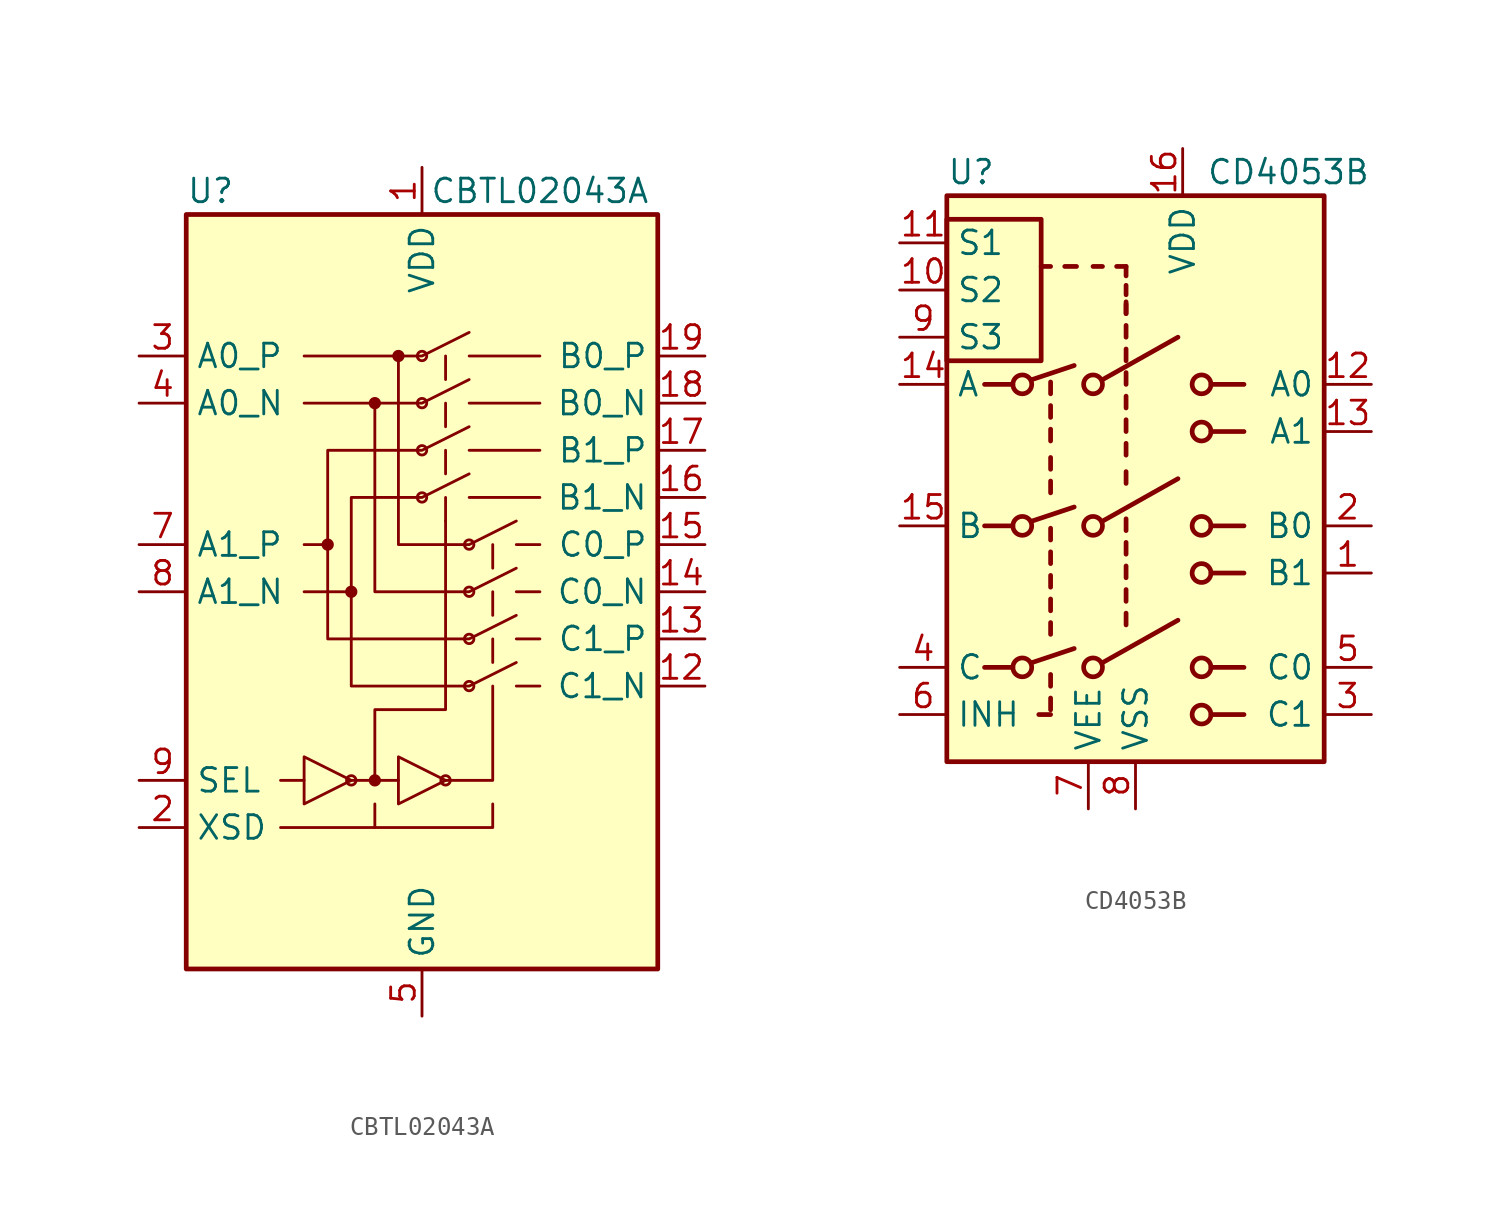
<source format=kicad_sym>
(kicad_symbol_lib
  (version 20201005)
  (generator kicad_symbol_editor)
  (symbol "CBTL02043A"
    (property "Reference" "U"
      (at -12.7 21.59 0)
      (effects (font (size 1.27 1.27)) (justify left)))
    (property "Value" "CBTL02043A"
      (at 6.35 21.59 0)
      (effects (font (size 1.27 1.27))))
    (symbol "CBTL02043A_0_1"
      (circle (center -5.08 2.54) (radius 0.254) (stroke (width 0)) (fill (type outline)))
      (circle (center -3.81 0) (radius 0.254) (stroke (width 0)) (fill (type outline)))
      (circle (center -2.54 10.16) (radius 0.254) (stroke (width 0)) (fill (type outline)))
      (circle (center -1.27 12.7) (radius 0.254) (stroke (width 0)) (fill (type outline)))
      (rectangle (start -12.7 20.32) (end 12.7 -20.32) (stroke (width 0.254)) (fill (type background)))
      (polyline (pts (xy -7.62 -10.16) (xy -6.35 -10.16)) (stroke (width 0)) (fill (type none)))
      (polyline (pts (xy -7.62 -12.7) (xy -2.54 -12.7) (xy -2.54 -11.43)) (stroke (width 0)) (fill (type none)))
      (polyline (pts (xy -2.54 -12.7) (xy 3.81 -12.7) (xy 3.81 -11.43)) (stroke (width 0)) (fill (type none)))
      (polyline (pts (xy 1.27 -10.16) (xy -1.27 -8.89) (xy -1.27 -11.43) (xy 1.27 -10.16)) (stroke (width 0)) (fill (type none)))
      (polyline (pts (xy 5.08 -3.81) (xy 2.54 -5.08) (xy -3.81 -5.08) (xy -3.81 0)) (stroke (width 0)) (fill (type none)))
      (polyline (pts (xy 5.08 -1.27) (xy 2.54 -2.54) (xy -5.08 -2.54) (xy -5.08 2.54)) (stroke (width 0)) (fill (type none)))
      (polyline (pts (xy 5.08 1.27) (xy 2.54 0) (xy -2.54 0) (xy -2.54 10.16)) (stroke (width 0)) (fill (type none)))
      (polyline (pts (xy 5.08 3.81) (xy 2.54 2.54) (xy -1.27 2.54) (xy -1.27 12.7)) (stroke (width 0)) (fill (type none))))
    (symbol "CBTL02043A_1_1"
      (circle (center -3.81 -10.16) (radius 0.254) (stroke (width 0)) (fill (type none)))
      (circle (center 0 5.08) (radius 0.254) (stroke (width 0)) (fill (type none)))
      (circle (center 0 7.62) (radius 0.254) (stroke (width 0)) (fill (type none)))
      (circle (center 0 10.16) (radius 0.254) (stroke (width 0)) (fill (type none)))
      (circle (center 0 12.7) (radius 0.254) (stroke (width 0)) (fill (type none)))
      (circle (center 1.27 -10.16) (radius 0.254) (stroke (width 0)) (fill (type none)))
      (circle (center 2.54 -5.08) (radius 0.254) (stroke (width 0)) (fill (type none)))
      (circle (center 2.54 -2.54) (radius 0.254) (stroke (width 0)) (fill (type none)))
      (circle (center 2.54 0) (radius 0.254) (stroke (width 0)) (fill (type none)))
      (circle (center 2.54 2.54) (radius 0.254) (stroke (width 0)) (fill (type none)))
      (circle (center -2.54 -10.16) (radius 0.254) (stroke (width 0)) (fill (type outline)))
      (polyline (pts (xy -2.54 -10.16) (xy -1.27 -10.16)) (stroke (width 0)) (fill (type none)))
      (polyline (pts (xy 1.27 5.08) (xy 1.27 3.81)) (stroke (width 0)) (fill (type none)))
      (polyline (pts (xy 1.27 7.62) (xy 1.27 6.35)) (stroke (width 0)) (fill (type none)))
      (polyline (pts (xy 1.27 10.16) (xy 1.27 8.89)) (stroke (width 0)) (fill (type none)))
      (polyline (pts (xy 1.27 12.7) (xy 1.27 11.43)) (stroke (width 0)) (fill (type none)))
      (polyline (pts (xy 3.81 -3.81) (xy 3.81 -2.54)) (stroke (width 0)) (fill (type none)))
      (polyline (pts (xy 3.81 -1.27) (xy 3.81 0)) (stroke (width 0)) (fill (type none)))
      (polyline (pts (xy 3.81 1.27) (xy 3.81 2.54)) (stroke (width 0)) (fill (type none)))
      (polyline (pts (xy 6.35 -5.08) (xy 5.08 -5.08)) (stroke (width 0)) (fill (type none)))
      (polyline (pts (xy 6.35 -2.54) (xy 5.08 -2.54)) (stroke (width 0)) (fill (type none)))
      (polyline (pts (xy 6.35 0) (xy 5.08 0)) (stroke (width 0)) (fill (type none)))
      (polyline (pts (xy 6.35 2.54) (xy 5.08 2.54)) (stroke (width 0)) (fill (type none)))
      (polyline (pts (xy 6.35 5.08) (xy 2.54 5.08)) (stroke (width 0)) (fill (type none)))
      (polyline (pts (xy 6.35 7.62) (xy 2.54 7.62)) (stroke (width 0)) (fill (type none)))
      (polyline (pts (xy 6.35 10.16) (xy 2.54 10.16)) (stroke (width 0)) (fill (type none)))
      (polyline (pts (xy 6.35 12.7) (xy 2.54 12.7)) (stroke (width 0)) (fill (type none)))
      (polyline (pts (xy -6.35 10.16) (xy 0 10.16) (xy 2.54 11.43)) (stroke (width 0)) (fill (type none)))
      (polyline (pts (xy -6.35 12.7) (xy 0 12.7) (xy 2.54 13.97)) (stroke (width 0)) (fill (type none)))
      (polyline (pts (xy 1.27 -10.16) (xy 3.81 -10.16) (xy 3.81 -5.08)) (stroke (width 0)) (fill (type none)))
      (polyline (pts (xy -3.81 -10.16) (xy -6.35 -8.89) (xy -6.35 -11.43) (xy -3.81 -10.16)) (stroke (width 0)) (fill (type none)))
      (polyline (pts (xy -6.35 0) (xy -3.81 0) (xy -3.81 5.08) (xy 0 5.08) (xy 2.54 6.35)) (stroke (width 0)) (fill (type none)))
      (polyline (pts (xy -6.35 2.54) (xy -5.08 2.54) (xy -5.08 7.62) (xy 0 7.62) (xy 2.54 8.89)) (stroke (width 0)) (fill (type none)))
      (polyline (pts (xy 1.27 3.81) (xy 1.27 -6.35) (xy -2.54 -6.35) (xy -2.54 -10.16) (xy -3.81 -10.16)) (stroke (width 0)) (fill (type none)))
      (pin power_in line (at 0 22.86 270) (length 2.54) (name "VDD" (effects (font (size 1.27 1.27)))) (number "1" (effects (font (size 1.27 1.27)))))
      (pin passive line (at 0 22.86 270) (length 2.54) hide (name "VDD" (effects (font (size 1.27 1.27)))) (number "10" (effects (font (size 1.27 1.27)))))
      (pin passive line (at 0 -22.86 90) (length 2.54) hide (name "GND" (effects (font (size 1.27 1.27)))) (number "11" (effects (font (size 1.27 1.27)))))
      (pin passive line (at 15.24 -5.08 180) (length 2.54) (name "C1_N" (effects (font (size 1.27 1.27)))) (number "12" (effects (font (size 1.27 1.27)))))
      (pin passive line (at 15.24 -2.54 180) (length 2.54) (name "C1_P" (effects (font (size 1.27 1.27)))) (number "13" (effects (font (size 1.27 1.27)))))
      (pin passive line (at 15.24 0 180) (length 2.54) (name "C0_N" (effects (font (size 1.27 1.27)))) (number "14" (effects (font (size 1.27 1.27)))))
      (pin passive line (at 15.24 2.54 180) (length 2.54) (name "C0_P" (effects (font (size 1.27 1.27)))) (number "15" (effects (font (size 1.27 1.27)))))
      (pin passive line (at 15.24 5.08 180) (length 2.54) (name "B1_N" (effects (font (size 1.27 1.27)))) (number "16" (effects (font (size 1.27 1.27)))))
      (pin passive line (at 15.24 7.62 180) (length 2.54) (name "B1_P" (effects (font (size 1.27 1.27)))) (number "17" (effects (font (size 1.27 1.27)))))
      (pin passive line (at 15.24 10.16 180) (length 2.54) (name "B0_N" (effects (font (size 1.27 1.27)))) (number "18" (effects (font (size 1.27 1.27)))))
      (pin passive line (at 15.24 12.7 180) (length 2.54) (name "B0_P" (effects (font (size 1.27 1.27)))) (number "19" (effects (font (size 1.27 1.27)))))
      (pin input line (at -15.24 -12.7 0) (length 2.54) (name "XSD" (effects (font (size 1.27 1.27)))) (number "2" (effects (font (size 1.27 1.27)))))
      (pin passive line (at 0 -22.86 90) (length 2.54) hide (name "GND" (effects (font (size 1.27 1.27)))) (number "20" (effects (font (size 1.27 1.27)))))
      (pin passive line (at 0 -22.86 90) (length 2.54) hide (name "GND" (effects (font (size 1.27 1.27)))) (number "21" (effects (font (size 1.27 1.27)))))
      (pin passive line (at -15.24 12.7 0) (length 2.54) (name "A0_P" (effects (font (size 1.27 1.27)))) (number "3" (effects (font (size 1.27 1.27)))))
      (pin passive line (at -15.24 10.16 0) (length 2.54) (name "A0_N" (effects (font (size 1.27 1.27)))) (number "4" (effects (font (size 1.27 1.27)))))
      (pin power_in line (at 0 -22.86 90) (length 2.54) (name "GND" (effects (font (size 1.27 1.27)))) (number "5" (effects (font (size 1.27 1.27)))))
      (pin passive line (at 0 22.86 270) (length 2.54) hide (name "VDD" (effects (font (size 1.27 1.27)))) (number "6" (effects (font (size 1.27 1.27)))))
      (pin passive line (at -15.24 2.54 0) (length 2.54) (name "A1_P" (effects (font (size 1.27 1.27)))) (number "7" (effects (font (size 1.27 1.27)))))
      (pin passive line (at -15.24 0 0) (length 2.54) (name "A1_N" (effects (font (size 1.27 1.27)))) (number "8" (effects (font (size 1.27 1.27)))))
      (pin input line (at -15.24 -10.16 0) (length 2.54) (name "SEL" (effects (font (size 1.27 1.27)))) (number "9" (effects (font (size 1.27 1.27)))))))
  (symbol "CD4053B"
    (property "Reference" "U"
      (at -10.16 16.51 0)
      (effects (font (size 1.27 1.27)) (justify left)))
    (property "Value" "CD4053B"
      (at 3.81 16.51 0)
      (effects (font (size 1.27 1.27)) (justify left)))
    (symbol "CD4053B_0_1"
      (circle (center -6.096 -10.16) (radius 0.508) (stroke (width 0.254)) (fill (type none)))
      (circle (center -6.096 -2.54) (radius 0.508) (stroke (width 0.254)) (fill (type none)))
      (circle (center -6.096 5.08) (radius 0.508) (stroke (width 0.254)) (fill (type none)))
      (circle (center -2.286 -10.16) (radius 0.508) (stroke (width 0.254)) (fill (type none)))
      (circle (center -2.286 -2.54) (radius 0.508) (stroke (width 0.254)) (fill (type none)))
      (circle (center -2.286 5.08) (radius 0.508) (stroke (width 0.254)) (fill (type none)))
      (circle (center 3.556 -12.7) (radius 0.508) (stroke (width 0.254)) (fill (type none)))
      (circle (center 3.556 -10.16) (radius 0.508) (stroke (width 0.254)) (fill (type none)))
      (circle (center 3.556 -5.08) (radius 0.508) (stroke (width 0.254)) (fill (type none)))
      (circle (center 3.556 -2.54) (radius 0.508) (stroke (width 0.254)) (fill (type none)))
      (circle (center 3.556 2.54) (radius 0.508) (stroke (width 0.254)) (fill (type none)))
      (circle (center 3.556 5.08) (radius 0.508) (stroke (width 0.254)) (fill (type none)))
      (rectangle (start -10.16 6.35) (end -5.08 13.97) (stroke (width 0.254)) (fill (type none)))
      (rectangle (start -10.16 15.24) (end 10.16 -15.24) (stroke (width 0.254)) (fill (type background)))
      (polyline (pts (xy -8.128 -10.16) (xy -6.604 -10.16)) (stroke (width 0.254)) (fill (type none)))
      (polyline (pts (xy -8.128 -2.54) (xy -6.604 -2.54)) (stroke (width 0.254)) (fill (type none)))
      (polyline (pts (xy -8.128 5.08) (xy -6.604 5.08)) (stroke (width 0.254)) (fill (type none)))
      (polyline (pts (xy -5.588 -9.906) (xy -3.302 -9.144)) (stroke (width 0.254)) (fill (type none)))
      (polyline (pts (xy -5.588 -2.286) (xy -3.302 -1.524)) (stroke (width 0.254)) (fill (type none)))
      (polyline (pts (xy -5.588 5.334) (xy -3.302 6.096)) (stroke (width 0.254)) (fill (type none)))
      (polyline (pts (xy -4.572 -12.7) (xy -5.207 -12.7)) (stroke (width 0.254)) (fill (type none)))
      (polyline (pts (xy -4.572 -12.446) (xy -4.572 -11.811)) (stroke (width 0.254)) (fill (type none)))
      (polyline (pts (xy -4.572 -11.176) (xy -4.572 -10.541)) (stroke (width 0.254)) (fill (type none)))
      (polyline (pts (xy -4.572 -8.382) (xy -4.572 -7.747)) (stroke (width 0.254)) (fill (type none)))
      (polyline (pts (xy -4.572 -7.112) (xy -4.572 -6.477)) (stroke (width 0.254)) (fill (type none)))
      (polyline (pts (xy -4.572 -5.842) (xy -4.572 -5.207)) (stroke (width 0.254)) (fill (type none)))
      (polyline (pts (xy -4.572 -4.572) (xy -4.572 -3.937)) (stroke (width 0.254)) (fill (type none)))
      (polyline (pts (xy -4.572 -3.302) (xy -4.572 -2.667)) (stroke (width 0.254)) (fill (type none)))
      (polyline (pts (xy -4.572 -0.762) (xy -4.572 -0.127)) (stroke (width 0.254)) (fill (type none)))
      (polyline (pts (xy -4.572 0.508) (xy -4.572 1.143)) (stroke (width 0.254)) (fill (type none)))
      (polyline (pts (xy -4.572 2.032) (xy -4.572 2.667)) (stroke (width 0.254)) (fill (type none)))
      (polyline (pts (xy -4.572 3.302) (xy -4.572 3.937)) (stroke (width 0.254)) (fill (type none)))
      (polyline (pts (xy -4.572 4.572) (xy -4.572 5.207)) (stroke (width 0.254)) (fill (type none)))
      (polyline (pts (xy -4.572 11.43) (xy -5.08 11.43)) (stroke (width 0.254)) (fill (type none)))
      (polyline (pts (xy -3.81 11.43) (xy -3.175 11.43)) (stroke (width 0.254)) (fill (type none)))
      (polyline (pts (xy -1.778 -9.906) (xy 2.286 -7.62)) (stroke (width 0.254)) (fill (type none)))
      (polyline (pts (xy -1.778 -2.286) (xy 2.286 0)) (stroke (width 0.254)) (fill (type none)))
      (polyline (pts (xy -1.778 5.334) (xy 2.286 7.62)) (stroke (width 0.254)) (fill (type none)))
      (polyline (pts (xy -1.778 11.43) (xy -2.286 11.43)) (stroke (width 0.254)) (fill (type none)))
      (polyline (pts (xy -0.508 -7.874) (xy -0.508 -7.239)) (stroke (width 0.254)) (fill (type none)))
      (polyline (pts (xy -0.508 -6.604) (xy -0.508 -5.969)) (stroke (width 0.254)) (fill (type none)))
      (polyline (pts (xy -0.508 -5.334) (xy -0.508 -4.699)) (stroke (width 0.254)) (fill (type none)))
      (polyline (pts (xy -0.508 -4.064) (xy -0.508 -3.429)) (stroke (width 0.254)) (fill (type none)))
      (polyline (pts (xy -0.508 -2.794) (xy -0.508 -2.159)) (stroke (width 0.254)) (fill (type none)))
      (polyline (pts (xy -0.508 -0.254) (xy -0.508 0.381)) (stroke (width 0.254)) (fill (type none)))
      (polyline (pts (xy -0.508 1.27) (xy -0.508 1.905)) (stroke (width 0.254)) (fill (type none)))
      (polyline (pts (xy -0.508 2.54) (xy -0.508 3.175)) (stroke (width 0.254)) (fill (type none)))
      (polyline (pts (xy -0.508 3.81) (xy -0.508 4.445)) (stroke (width 0.254)) (fill (type none)))
      (polyline (pts (xy -0.508 5.08) (xy -0.508 5.715)) (stroke (width 0.254)) (fill (type none)))
      (polyline (pts (xy -0.508 6.35) (xy -0.508 6.985)) (stroke (width 0.254)) (fill (type none)))
      (polyline (pts (xy -0.508 7.62) (xy -0.508 8.255)) (stroke (width 0.254)) (fill (type none)))
      (polyline (pts (xy -0.508 8.89) (xy -0.508 9.398)) (stroke (width 0.254)) (fill (type none)))
      (polyline (pts (xy -0.508 8.89) (xy -0.508 9.525)) (stroke (width 0.254)) (fill (type none)))
      (polyline (pts (xy -0.508 9.906) (xy -0.508 10.414)) (stroke (width 0.254)) (fill (type none)))
      (polyline (pts (xy -0.508 10.922) (xy -0.508 11.43)) (stroke (width 0.254)) (fill (type none)))
      (polyline (pts (xy -0.508 11.43) (xy -1.016 11.43)) (stroke (width 0.254)) (fill (type none)))
      (polyline (pts (xy 4.064 -12.7) (xy 5.842 -12.7)) (stroke (width 0.254)) (fill (type none)))
      (polyline (pts (xy 4.064 -10.16) (xy 5.842 -10.16)) (stroke (width 0.254)) (fill (type none)))
      (polyline (pts (xy 4.064 -5.08) (xy 5.842 -5.08)) (stroke (width 0.254)) (fill (type none)))
      (polyline (pts (xy 4.064 -2.54) (xy 5.842 -2.54)) (stroke (width 0.254)) (fill (type none)))
      (polyline (pts (xy 4.064 2.54) (xy 5.842 2.54)) (stroke (width 0.254)) (fill (type none)))
      (polyline (pts (xy 4.064 5.08) (xy 5.842 5.08)) (stroke (width 0.254)) (fill (type none))))
    (symbol "CD4053B_1_1"
      (pin bidirectional line (at 12.7 -5.08 180) (length 2.54) (name "B1" (effects (font (size 1.27 1.27)))) (number "1" (effects (font (size 1.27 1.27)))))
      (pin input line (at -12.7 10.16 0) (length 2.54) (name "S2" (effects (font (size 1.27 1.27)))) (number "10" (effects (font (size 1.27 1.27)))))
      (pin input line (at -12.7 12.7 0) (length 2.54) (name "S1" (effects (font (size 1.27 1.27)))) (number "11" (effects (font (size 1.27 1.27)))))
      (pin bidirectional line (at 12.7 5.08 180) (length 2.54) (name "A0" (effects (font (size 1.27 1.27)))) (number "12" (effects (font (size 1.27 1.27)))))
      (pin bidirectional line (at 12.7 2.54 180) (length 2.54) (name "A1" (effects (font (size 1.27 1.27)))) (number "13" (effects (font (size 1.27 1.27)))))
      (pin bidirectional line (at -12.7 5.08 0) (length 2.54) (name "A" (effects (font (size 1.27 1.27)))) (number "14" (effects (font (size 1.27 1.27)))))
      (pin bidirectional line (at -12.7 -2.54 0) (length 2.54) (name "B" (effects (font (size 1.27 1.27)))) (number "15" (effects (font (size 1.27 1.27)))))
      (pin power_in line (at 2.54 17.78 270) (length 2.54) (name "VDD" (effects (font (size 1.27 1.27)))) (number "16" (effects (font (size 1.27 1.27)))))
      (pin bidirectional line (at 12.7 -2.54 180) (length 2.54) (name "B0" (effects (font (size 1.27 1.27)))) (number "2" (effects (font (size 1.27 1.27)))))
      (pin bidirectional line (at 12.7 -12.7 180) (length 2.54) (name "C1" (effects (font (size 1.27 1.27)))) (number "3" (effects (font (size 1.27 1.27)))))
      (pin bidirectional line (at -12.7 -10.16 0) (length 2.54) (name "C" (effects (font (size 1.27 1.27)))) (number "4" (effects (font (size 1.27 1.27)))))
      (pin bidirectional line (at 12.7 -10.16 180) (length 2.54) (name "C0" (effects (font (size 1.27 1.27)))) (number "5" (effects (font (size 1.27 1.27)))))
      (pin input line (at -12.7 -12.7 0) (length 2.54) (name "INH" (effects (font (size 1.27 1.27)))) (number "6" (effects (font (size 1.27 1.27)))))
      (pin power_in line (at -2.54 -17.78 90) (length 2.54) (name "VEE" (effects (font (size 1.27 1.27)))) (number "7" (effects (font (size 1.27 1.27)))))
      (pin power_in line (at 0 -17.78 90) (length 2.54) (name "VSS" (effects (font (size 1.27 1.27)))) (number "8" (effects (font (size 1.27 1.27)))))
      (pin input line (at -12.7 7.62 0) (length 2.54) (name "S3" (effects (font (size 1.27 1.27)))) (number "9" (effects (font (size 1.27 1.27))))))))
</source>
